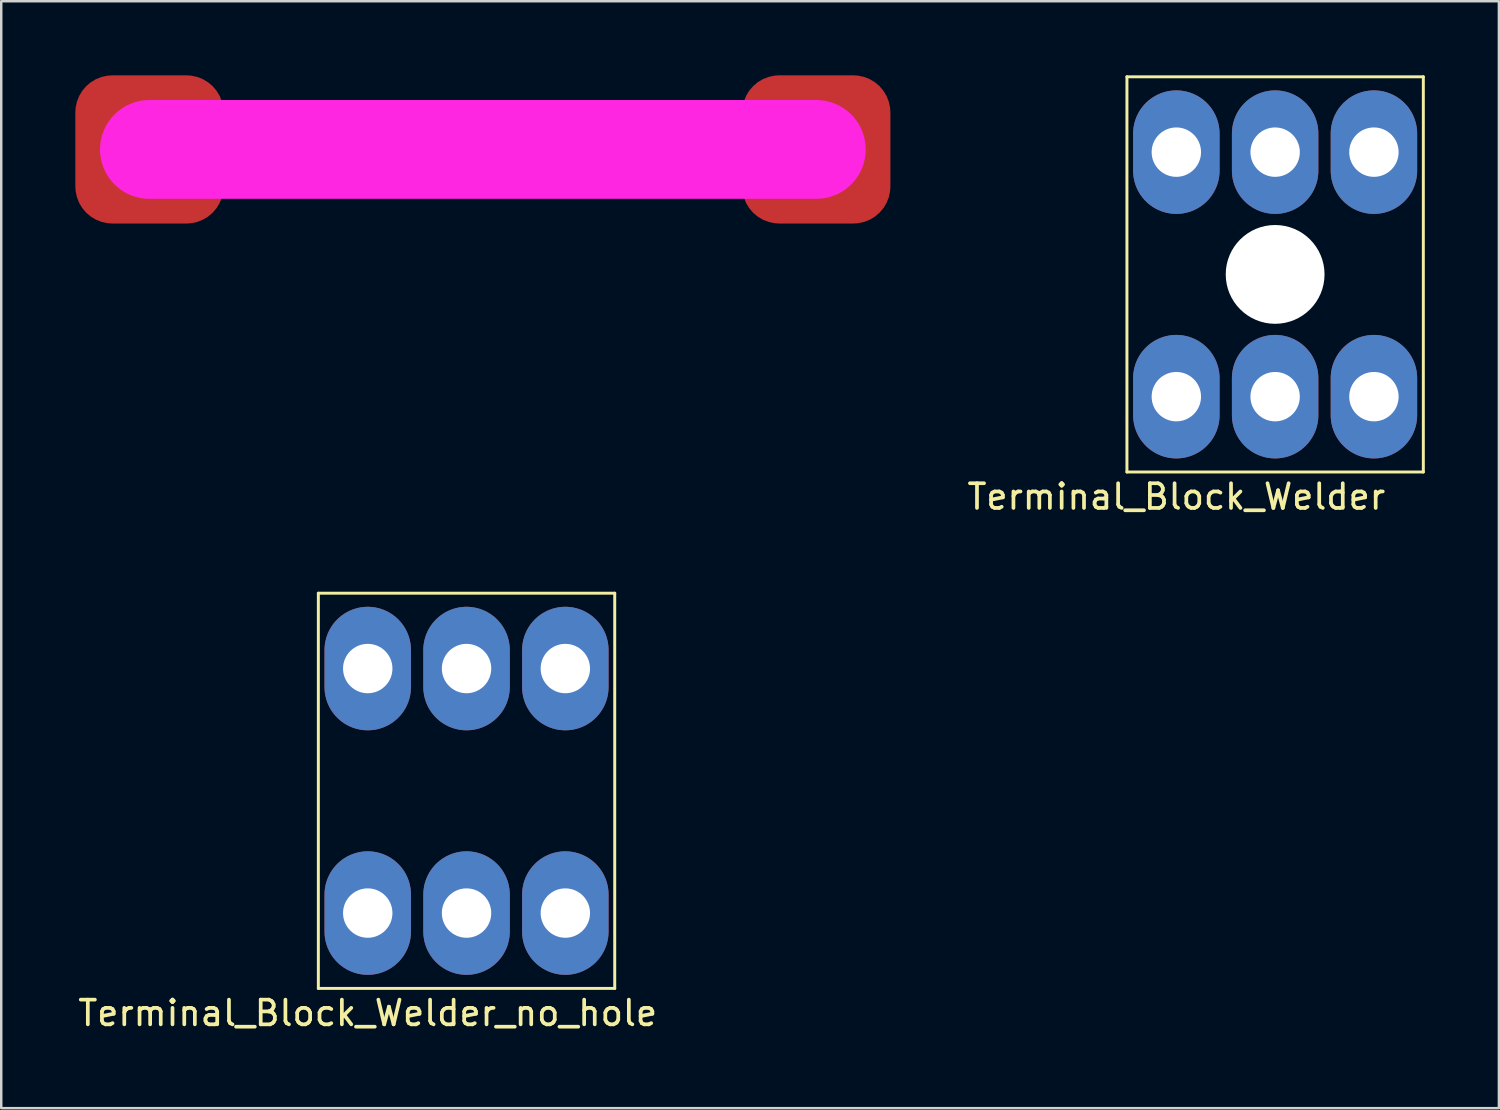
<source format=kicad_pcb>
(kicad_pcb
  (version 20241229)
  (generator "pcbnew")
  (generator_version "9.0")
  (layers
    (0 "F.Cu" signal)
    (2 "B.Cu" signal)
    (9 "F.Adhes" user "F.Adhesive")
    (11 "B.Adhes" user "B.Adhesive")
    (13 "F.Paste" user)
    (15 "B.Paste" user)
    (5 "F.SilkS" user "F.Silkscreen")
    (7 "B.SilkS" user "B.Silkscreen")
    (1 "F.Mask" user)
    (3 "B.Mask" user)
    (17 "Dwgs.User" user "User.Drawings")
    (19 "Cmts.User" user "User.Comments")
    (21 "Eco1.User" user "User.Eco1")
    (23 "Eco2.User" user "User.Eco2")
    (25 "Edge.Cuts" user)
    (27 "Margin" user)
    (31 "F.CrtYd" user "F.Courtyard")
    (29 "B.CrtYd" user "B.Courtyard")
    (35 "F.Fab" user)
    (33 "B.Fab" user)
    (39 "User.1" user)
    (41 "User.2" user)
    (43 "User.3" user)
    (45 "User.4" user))
  (footprint "Terminal_Block_Welder"
    (layer "F.Cu")
    (at 48.577 8.06)
    (property "Reference" "Terminal_Block_Welder" (at -4 9 0) (layer "F.SilkS") (effects (font (size 1 1) (thickness 0.15))))
    (attr through_hole)
    (fp_line (start -6 -8) (end -6 8) (stroke (width 0.12) (type solid)) (layer "F.SilkS"))
    (fp_line (start -6 8) (end 6 8) (stroke (width 0.12) (type solid)) (layer "F.SilkS"))
    (fp_line (start 6 -8) (end -6 -8) (stroke (width 0.12) (type solid)) (layer "F.SilkS"))
    (fp_line (start 6 8) (end 6 -8) (stroke (width 0.12) (type solid)) (layer "F.SilkS"))
    (pad "" np_thru_hole circle (at 0 0) (size 4 4) (drill 4) (layers "*.Cu" "*.Mask"))
    (pad "1" thru_hole oval (at -4 -4.95 90) (size 5 3.5) (drill 2) (layers "*.Cu" "*.Mask"))
    (pad "1" thru_hole oval (at -4 4.95 90) (size 5 3.5) (drill 2) (layers "*.Cu" "*.Mask"))
    (pad "1" thru_hole oval (at 0 -4.95 90) (size 5 3.5) (drill 2) (layers "*.Cu" "*.Mask"))
    (pad "1" thru_hole oval (at 0 4.95 90) (size 5 3.5) (drill 2) (layers "*.Cu" "*.Mask"))
    (pad "1" thru_hole oval (at 4 -4.95 90) (size 5 3.5) (drill 2) (layers "*.Cu" "*.Mask"))
    (pad "1" thru_hole oval (at 4 4.95 90) (size 5 3.5) (drill 2) (layers "*.Cu" "*.Mask")))
  (footprint "Strap-27mm-4mm-smd"
    (layer "F.Cu")
    (at 16.5 3)
    (property "Reference" "Strap-27mm-4mm-smd" (at 0 0.5 0) (layer "F.SilkS") (effects (font (size 1 1) (thickness 0.15))))
    (attr through_hole)
    (fp_line (start -13.5 0) (end 13.5 0) (stroke (width 4) (type solid)) (layer "F.CrtYd"))
    (pad "1" smd roundrect (at -13.5 0) (size 6 6) (layers "F.Cu" "F.Mask" "F.Paste") (roundrect_rratio 0.25))
    (pad "2" smd roundrect (at 13.5 0) (size 6 6) (layers "F.Cu" "F.Mask" "F.Paste") (roundrect_rratio 0.25)))
  (footprint "Terminal_Block_Welder_no_hole"
    (layer "F.Cu")
    (at 15.839 28.968)
    (property "Reference" "Terminal_Block_Welder_no_hole" (at -4 9 0) (layer "F.SilkS") (effects (font (size 1 1) (thickness 0.15))))
    (attr through_hole)
    (fp_line (start -6 -8) (end -6 8) (stroke (width 0.12) (type solid)) (layer "F.SilkS"))
    (fp_line (start -6 8) (end 6 8) (stroke (width 0.12) (type solid)) (layer "F.SilkS"))
    (fp_line (start 6 -8) (end -6 -8) (stroke (width 0.12) (type solid)) (layer "F.SilkS"))
    (fp_line (start 6 8) (end 6 -8) (stroke (width 0.12) (type solid)) (layer "F.SilkS"))
    (pad "1" thru_hole oval (at -4 -4.95 90) (size 5 3.5) (drill 2) (layers "*.Cu" "*.Mask"))
    (pad "1" thru_hole oval (at -4 4.95 90) (size 5 3.5) (drill 2) (layers "*.Cu" "*.Mask"))
    (pad "1" thru_hole oval (at 0 -4.95 90) (size 5 3.5) (drill 2) (layers "*.Cu" "*.Mask"))
    (pad "1" thru_hole oval (at 0 4.95 90) (size 5 3.5) (drill 2) (layers "*.Cu" "*.Mask"))
    (pad "1" thru_hole oval (at 4 -4.95 90) (size 5 3.5) (drill 2) (layers "*.Cu" "*.Mask"))
    (pad "1" thru_hole oval (at 4 4.95 90) (size 5 3.5) (drill 2) (layers "*.Cu" "*.Mask")))
  (gr_rect
    (start -3 -3)
    (end 57.637 41.816)
    (stroke (width 0.1) (type default))
    (fill no)
    (layer "Edge.Cuts")))
</source>
